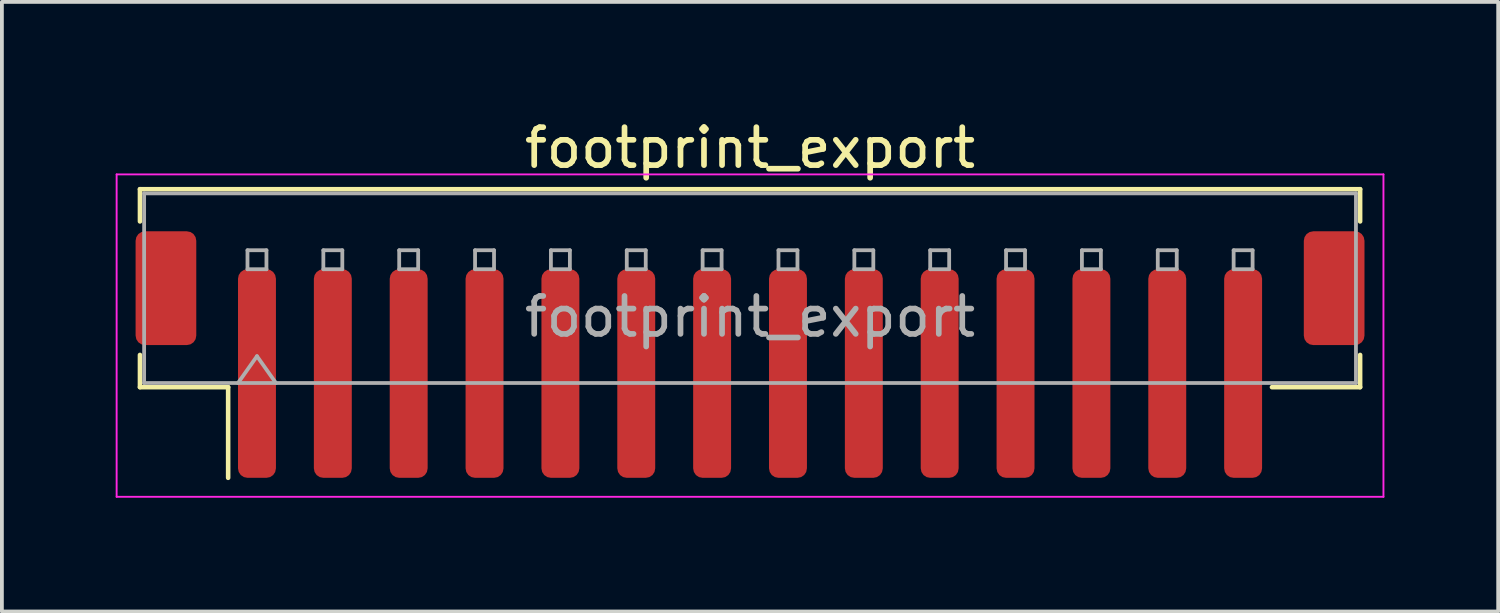
<source format=kicad_pcb>
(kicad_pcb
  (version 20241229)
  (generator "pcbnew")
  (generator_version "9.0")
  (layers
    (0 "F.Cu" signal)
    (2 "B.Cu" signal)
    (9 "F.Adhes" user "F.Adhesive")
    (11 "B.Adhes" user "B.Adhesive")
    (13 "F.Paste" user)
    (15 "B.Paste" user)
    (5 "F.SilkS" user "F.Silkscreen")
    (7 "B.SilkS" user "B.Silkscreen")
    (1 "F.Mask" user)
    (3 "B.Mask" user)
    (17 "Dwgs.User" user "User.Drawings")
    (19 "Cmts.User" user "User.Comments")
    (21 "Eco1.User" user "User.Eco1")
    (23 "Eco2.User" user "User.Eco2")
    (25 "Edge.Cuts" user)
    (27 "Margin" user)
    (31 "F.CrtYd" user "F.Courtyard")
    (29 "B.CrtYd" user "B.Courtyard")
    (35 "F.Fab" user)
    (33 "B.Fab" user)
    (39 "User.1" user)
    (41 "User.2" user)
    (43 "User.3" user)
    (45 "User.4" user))
  (footprint "footprint_export"
    (layer "F.Cu")
    (at 16.725 6.298)
    (property "Reference" "footprint_export" (at 0 -5.45 0) (layer "F.SilkS") (effects (font (size 1 1) (thickness 0.15))))
    (attr smd)
    (fp_line (start -16.085 -4.36) (end 16.085 -4.36) (stroke (width 0.12) (type solid)) (layer "F.SilkS"))
    (fp_line (start -16.085 -3.51) (end -16.085 -4.36) (stroke (width 0.12) (type solid)) (layer "F.SilkS"))
    (fp_line (start -16.085 0.01) (end -16.085 0.86) (stroke (width 0.12) (type solid)) (layer "F.SilkS"))
    (fp_line (start -16.085 0.86) (end -13.76 0.86) (stroke (width 0.12) (type solid)) (layer "F.SilkS"))
    (fp_line (start -13.76 0.86) (end -13.76 3.25) (stroke (width 0.12) (type solid)) (layer "F.SilkS"))
    (fp_line (start 16.085 -4.36) (end 16.085 -3.51) (stroke (width 0.12) (type solid)) (layer "F.SilkS"))
    (fp_line (start 16.085 0.01) (end 16.085 0.86) (stroke (width 0.12) (type solid)) (layer "F.SilkS"))
    (fp_line (start 16.085 0.86) (end 13.76 0.86) (stroke (width 0.12) (type solid)) (layer "F.SilkS"))
    (fp_line (start -16.7 -4.75) (end -16.7 3.75) (stroke (width 0.05) (type solid)) (layer "F.CrtYd"))
    (fp_line (start -16.7 3.75) (end 16.7 3.75) (stroke (width 0.05) (type solid)) (layer "F.CrtYd"))
    (fp_line (start 16.7 -4.75) (end -16.7 -4.75) (stroke (width 0.05) (type solid)) (layer "F.CrtYd"))
    (fp_line (start 16.7 3.75) (end 16.7 -4.75) (stroke (width 0.05) (type solid)) (layer "F.CrtYd"))
    (fp_line (start -15.975 -4.25) (end 15.975 -4.25) (stroke (width 0.1) (type solid)) (layer "F.Fab"))
    (fp_line (start -15.975 0.75) (end -15.975 -4.25) (stroke (width 0.1) (type solid)) (layer "F.Fab"))
    (fp_line (start -15.975 0.75) (end 15.975 0.75) (stroke (width 0.1) (type solid)) (layer "F.Fab"))
    (fp_line (start -13.5 0.75) (end -13 0.043) (stroke (width 0.1) (type solid)) (layer "F.Fab"))
    (fp_line (start -13.25 -2.75) (end -13.25 -2.25) (stroke (width 0.1) (type solid)) (layer "F.Fab"))
    (fp_line (start -13.25 -2.25) (end -12.75 -2.25) (stroke (width 0.1) (type solid)) (layer "F.Fab"))
    (fp_line (start -13 0.043) (end -12.5 0.75) (stroke (width 0.1) (type solid)) (layer "F.Fab"))
    (fp_line (start -12.75 -2.75) (end -13.25 -2.75) (stroke (width 0.1) (type solid)) (layer "F.Fab"))
    (fp_line (start -12.75 -2.25) (end -12.75 -2.75) (stroke (width 0.1) (type solid)) (layer "F.Fab"))
    (fp_line (start -11.25 -2.75) (end -11.25 -2.25) (stroke (width 0.1) (type solid)) (layer "F.Fab"))
    (fp_line (start -11.25 -2.25) (end -10.75 -2.25) (stroke (width 0.1) (type solid)) (layer "F.Fab"))
    (fp_line (start -10.75 -2.75) (end -11.25 -2.75) (stroke (width 0.1) (type solid)) (layer "F.Fab"))
    (fp_line (start -10.75 -2.25) (end -10.75 -2.75) (stroke (width 0.1) (type solid)) (layer "F.Fab"))
    (fp_line (start -9.25 -2.75) (end -9.25 -2.25) (stroke (width 0.1) (type solid)) (layer "F.Fab"))
    (fp_line (start -9.25 -2.25) (end -8.75 -2.25) (stroke (width 0.1) (type solid)) (layer "F.Fab"))
    (fp_line (start -8.75 -2.75) (end -9.25 -2.75) (stroke (width 0.1) (type solid)) (layer "F.Fab"))
    (fp_line (start -8.75 -2.25) (end -8.75 -2.75) (stroke (width 0.1) (type solid)) (layer "F.Fab"))
    (fp_line (start -7.25 -2.75) (end -7.25 -2.25) (stroke (width 0.1) (type solid)) (layer "F.Fab"))
    (fp_line (start -7.25 -2.25) (end -6.75 -2.25) (stroke (width 0.1) (type solid)) (layer "F.Fab"))
    (fp_line (start -6.75 -2.75) (end -7.25 -2.75) (stroke (width 0.1) (type solid)) (layer "F.Fab"))
    (fp_line (start -6.75 -2.25) (end -6.75 -2.75) (stroke (width 0.1) (type solid)) (layer "F.Fab"))
    (fp_line (start -5.25 -2.75) (end -5.25 -2.25) (stroke (width 0.1) (type solid)) (layer "F.Fab"))
    (fp_line (start -5.25 -2.25) (end -4.75 -2.25) (stroke (width 0.1) (type solid)) (layer "F.Fab"))
    (fp_line (start -4.75 -2.75) (end -5.25 -2.75) (stroke (width 0.1) (type solid)) (layer "F.Fab"))
    (fp_line (start -4.75 -2.25) (end -4.75 -2.75) (stroke (width 0.1) (type solid)) (layer "F.Fab"))
    (fp_line (start -3.25 -2.75) (end -3.25 -2.25) (stroke (width 0.1) (type solid)) (layer "F.Fab"))
    (fp_line (start -3.25 -2.25) (end -2.75 -2.25) (stroke (width 0.1) (type solid)) (layer "F.Fab"))
    (fp_line (start -2.75 -2.75) (end -3.25 -2.75) (stroke (width 0.1) (type solid)) (layer "F.Fab"))
    (fp_line (start -2.75 -2.25) (end -2.75 -2.75) (stroke (width 0.1) (type solid)) (layer "F.Fab"))
    (fp_line (start -1.25 -2.75) (end -1.25 -2.25) (stroke (width 0.1) (type solid)) (layer "F.Fab"))
    (fp_line (start -1.25 -2.25) (end -0.75 -2.25) (stroke (width 0.1) (type solid)) (layer "F.Fab"))
    (fp_line (start -0.75 -2.75) (end -1.25 -2.75) (stroke (width 0.1) (type solid)) (layer "F.Fab"))
    (fp_line (start -0.75 -2.25) (end -0.75 -2.75) (stroke (width 0.1) (type solid)) (layer "F.Fab"))
    (fp_line (start 0.75 -2.75) (end 0.75 -2.25) (stroke (width 0.1) (type solid)) (layer "F.Fab"))
    (fp_line (start 0.75 -2.25) (end 1.25 -2.25) (stroke (width 0.1) (type solid)) (layer "F.Fab"))
    (fp_line (start 1.25 -2.75) (end 0.75 -2.75) (stroke (width 0.1) (type solid)) (layer "F.Fab"))
    (fp_line (start 1.25 -2.25) (end 1.25 -2.75) (stroke (width 0.1) (type solid)) (layer "F.Fab"))
    (fp_line (start 2.75 -2.75) (end 2.75 -2.25) (stroke (width 0.1) (type solid)) (layer "F.Fab"))
    (fp_line (start 2.75 -2.25) (end 3.25 -2.25) (stroke (width 0.1) (type solid)) (layer "F.Fab"))
    (fp_line (start 3.25 -2.75) (end 2.75 -2.75) (stroke (width 0.1) (type solid)) (layer "F.Fab"))
    (fp_line (start 3.25 -2.25) (end 3.25 -2.75) (stroke (width 0.1) (type solid)) (layer "F.Fab"))
    (fp_line (start 4.75 -2.75) (end 4.75 -2.25) (stroke (width 0.1) (type solid)) (layer "F.Fab"))
    (fp_line (start 4.75 -2.25) (end 5.25 -2.25) (stroke (width 0.1) (type solid)) (layer "F.Fab"))
    (fp_line (start 5.25 -2.75) (end 4.75 -2.75) (stroke (width 0.1) (type solid)) (layer "F.Fab"))
    (fp_line (start 5.25 -2.25) (end 5.25 -2.75) (stroke (width 0.1) (type solid)) (layer "F.Fab"))
    (fp_line (start 6.75 -2.75) (end 6.75 -2.25) (stroke (width 0.1) (type solid)) (layer "F.Fab"))
    (fp_line (start 6.75 -2.25) (end 7.25 -2.25) (stroke (width 0.1) (type solid)) (layer "F.Fab"))
    (fp_line (start 7.25 -2.75) (end 6.75 -2.75) (stroke (width 0.1) (type solid)) (layer "F.Fab"))
    (fp_line (start 7.25 -2.25) (end 7.25 -2.75) (stroke (width 0.1) (type solid)) (layer "F.Fab"))
    (fp_line (start 8.75 -2.75) (end 8.75 -2.25) (stroke (width 0.1) (type solid)) (layer "F.Fab"))
    (fp_line (start 8.75 -2.25) (end 9.25 -2.25) (stroke (width 0.1) (type solid)) (layer "F.Fab"))
    (fp_line (start 9.25 -2.75) (end 8.75 -2.75) (stroke (width 0.1) (type solid)) (layer "F.Fab"))
    (fp_line (start 9.25 -2.25) (end 9.25 -2.75) (stroke (width 0.1) (type solid)) (layer "F.Fab"))
    (fp_line (start 10.75 -2.75) (end 10.75 -2.25) (stroke (width 0.1) (type solid)) (layer "F.Fab"))
    (fp_line (start 10.75 -2.25) (end 11.25 -2.25) (stroke (width 0.1) (type solid)) (layer "F.Fab"))
    (fp_line (start 11.25 -2.75) (end 10.75 -2.75) (stroke (width 0.1) (type solid)) (layer "F.Fab"))
    (fp_line (start 11.25 -2.25) (end 11.25 -2.75) (stroke (width 0.1) (type solid)) (layer "F.Fab"))
    (fp_line (start 12.75 -2.75) (end 12.75 -2.25) (stroke (width 0.1) (type solid)) (layer "F.Fab"))
    (fp_line (start 12.75 -2.25) (end 13.25 -2.25) (stroke (width 0.1) (type solid)) (layer "F.Fab"))
    (fp_line (start 13.25 -2.75) (end 12.75 -2.75) (stroke (width 0.1) (type solid)) (layer "F.Fab"))
    (fp_line (start 13.25 -2.25) (end 13.25 -2.75) (stroke (width 0.1) (type solid)) (layer "F.Fab"))
    (fp_line (start 15.975 0.75) (end 15.975 -4.25) (stroke (width 0.1) (type solid)) (layer "F.Fab"))
    (fp_text user "${REFERENCE}" (at 0 -1 0) (layer "F.Fab") (effects (font (size 1 1) (thickness 0.15))))
    (pad "1" smd roundrect (at -13 0.5) (size 1 5.5) (layers "F.Cu" "F.Mask" "F.Paste") (roundrect_rratio 0.25))
    (pad "2" smd roundrect (at -11 0.5) (size 1 5.5) (layers "F.Cu" "F.Mask" "F.Paste") (roundrect_rratio 0.25))
    (pad "3" smd roundrect (at -9 0.5) (size 1 5.5) (layers "F.Cu" "F.Mask" "F.Paste") (roundrect_rratio 0.25))
    (pad "4" smd roundrect (at -7 0.5) (size 1 5.5) (layers "F.Cu" "F.Mask" "F.Paste") (roundrect_rratio 0.25))
    (pad "5" smd roundrect (at -5 0.5) (size 1 5.5) (layers "F.Cu" "F.Mask" "F.Paste") (roundrect_rratio 0.25))
    (pad "6" smd roundrect (at -3 0.5) (size 1 5.5) (layers "F.Cu" "F.Mask" "F.Paste") (roundrect_rratio 0.25))
    (pad "7" smd roundrect (at -1 0.5) (size 1 5.5) (layers "F.Cu" "F.Mask" "F.Paste") (roundrect_rratio 0.25))
    (pad "8" smd roundrect (at 1 0.5) (size 1 5.5) (layers "F.Cu" "F.Mask" "F.Paste") (roundrect_rratio 0.25))
    (pad "9" smd roundrect (at 3 0.5) (size 1 5.5) (layers "F.Cu" "F.Mask" "F.Paste") (roundrect_rratio 0.25))
    (pad "10" smd roundrect (at 5 0.5) (size 1 5.5) (layers "F.Cu" "F.Mask" "F.Paste") (roundrect_rratio 0.25))
    (pad "11" smd roundrect (at 7 0.5) (size 1 5.5) (layers "F.Cu" "F.Mask" "F.Paste") (roundrect_rratio 0.25))
    (pad "12" smd roundrect (at 9 0.5) (size 1 5.5) (layers "F.Cu" "F.Mask" "F.Paste") (roundrect_rratio 0.25))
    (pad "13" smd roundrect (at 11 0.5) (size 1 5.5) (layers "F.Cu" "F.Mask" "F.Paste") (roundrect_rratio 0.25))
    (pad "14" smd roundrect (at 13 0.5) (size 1 5.5) (layers "F.Cu" "F.Mask" "F.Paste") (roundrect_rratio 0.25))
    (pad "MP" smd roundrect (at -15.4 -1.75) (size 1.6 3) (layers "F.Cu" "F.Mask" "F.Paste") (roundrect_rratio 0.156))
    (pad "MP" smd roundrect (at 15.4 -1.75) (size 1.6 3) (layers "F.Cu" "F.Mask" "F.Paste") (roundrect_rratio 0.156)))
  (gr_rect
    (start -3 -3)
    (end 36.45 13.073)
    (stroke (width 0.1) (type default))
    (fill no)
    (layer "Edge.Cuts")))
</source>
